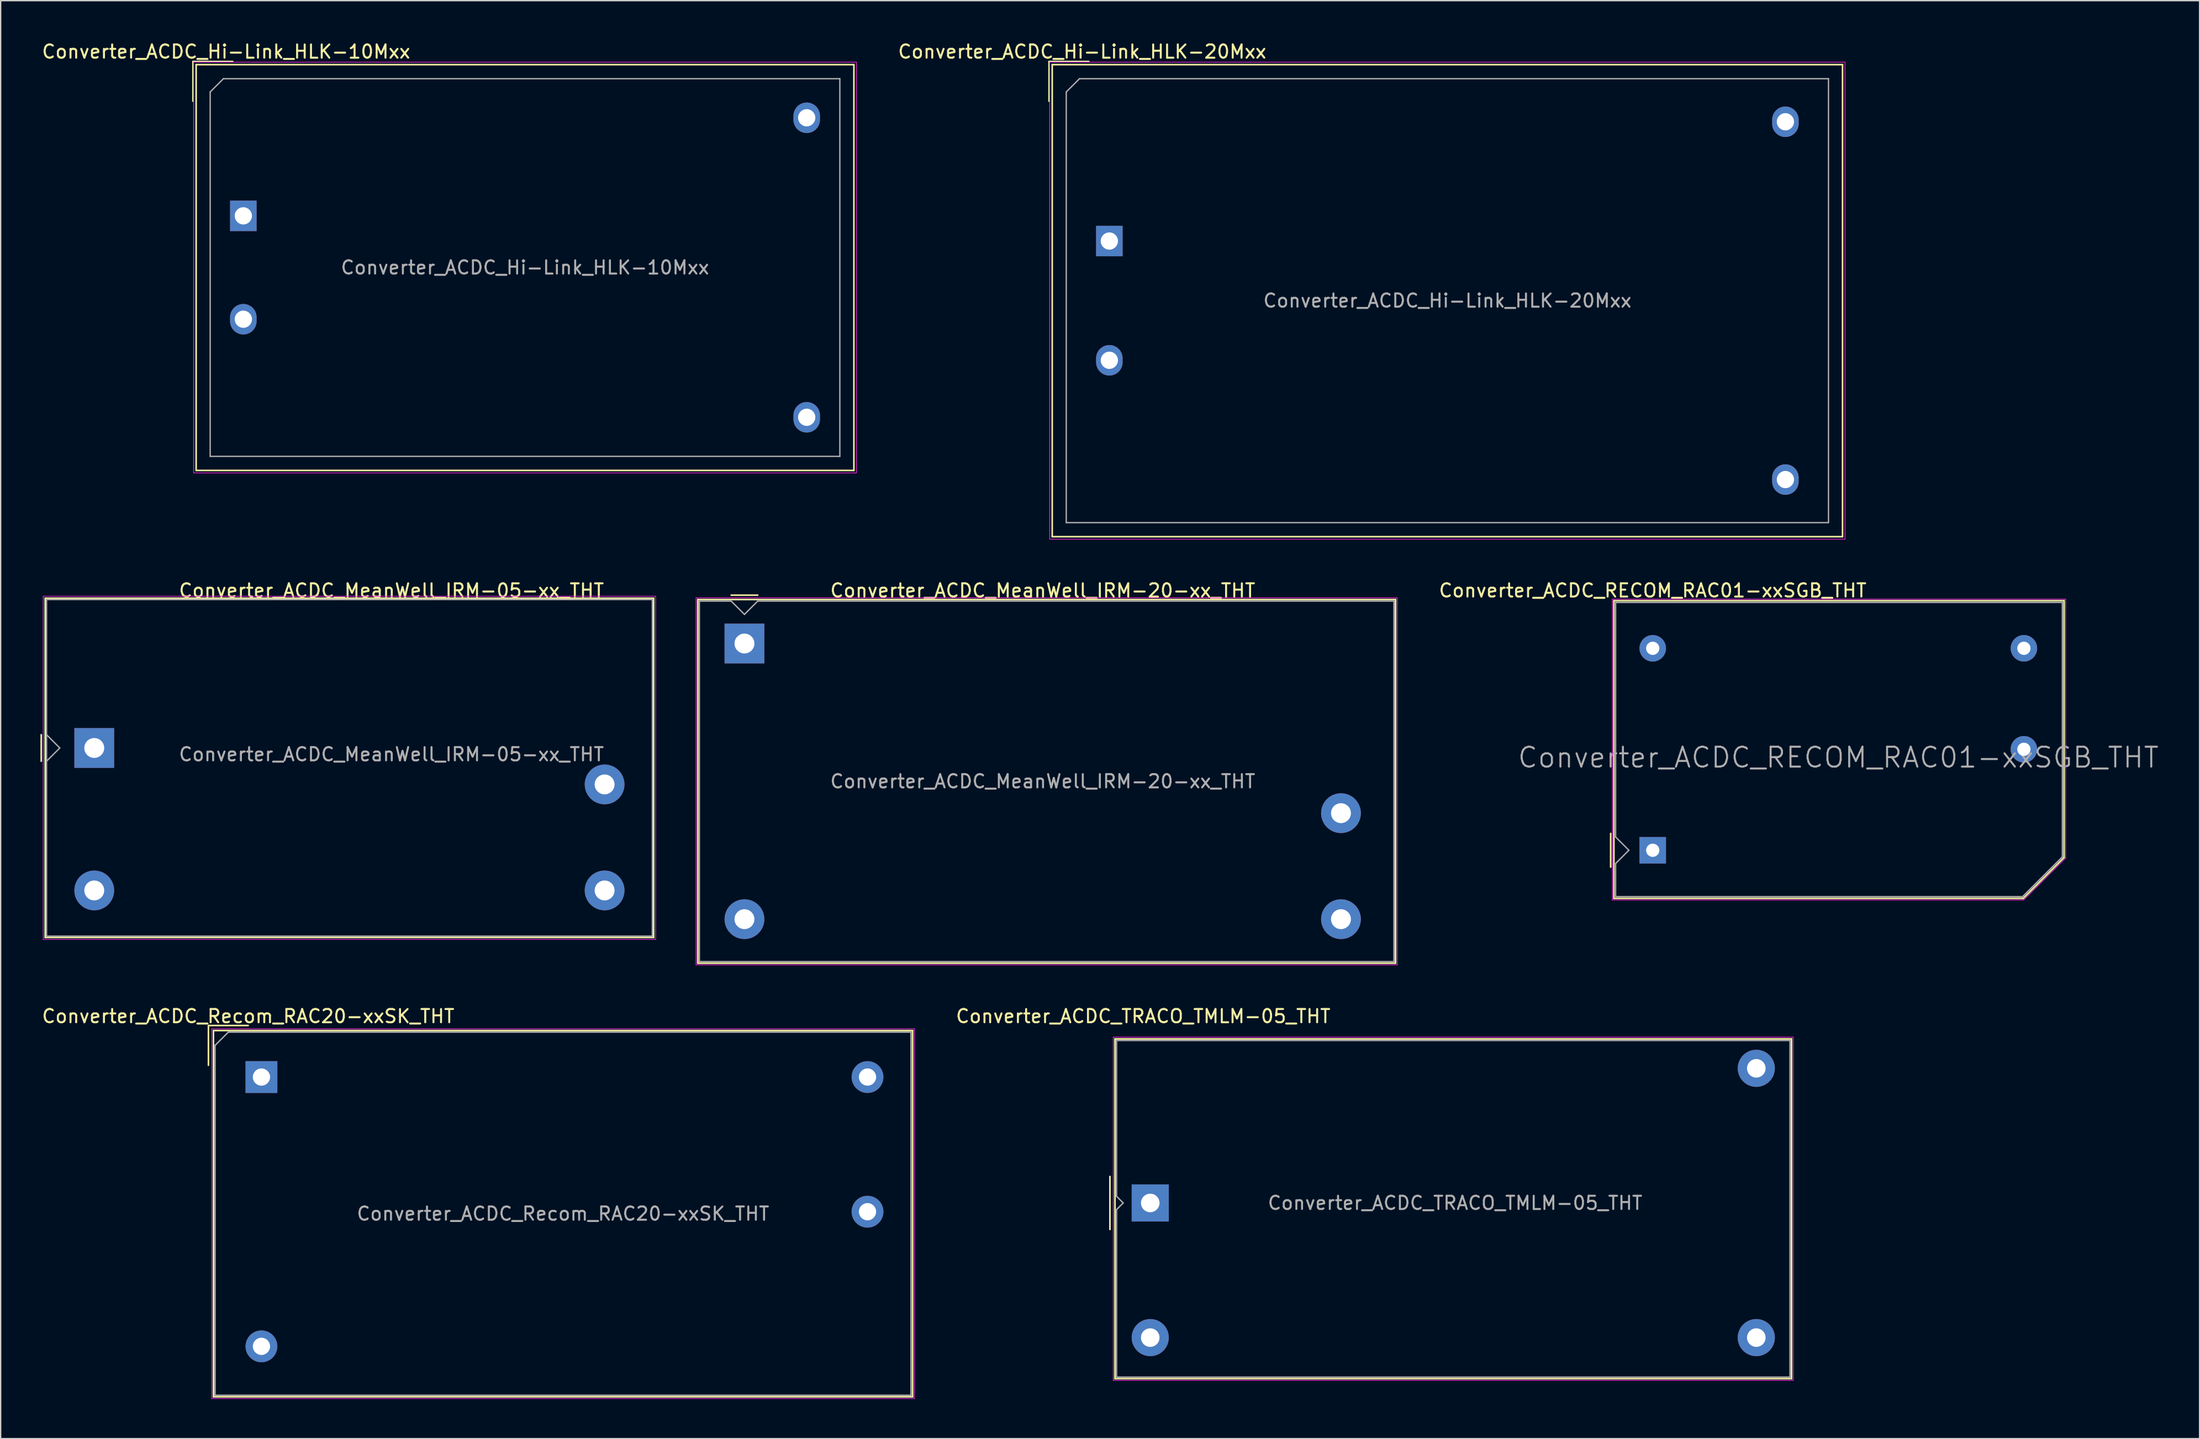
<source format=kicad_pcb>
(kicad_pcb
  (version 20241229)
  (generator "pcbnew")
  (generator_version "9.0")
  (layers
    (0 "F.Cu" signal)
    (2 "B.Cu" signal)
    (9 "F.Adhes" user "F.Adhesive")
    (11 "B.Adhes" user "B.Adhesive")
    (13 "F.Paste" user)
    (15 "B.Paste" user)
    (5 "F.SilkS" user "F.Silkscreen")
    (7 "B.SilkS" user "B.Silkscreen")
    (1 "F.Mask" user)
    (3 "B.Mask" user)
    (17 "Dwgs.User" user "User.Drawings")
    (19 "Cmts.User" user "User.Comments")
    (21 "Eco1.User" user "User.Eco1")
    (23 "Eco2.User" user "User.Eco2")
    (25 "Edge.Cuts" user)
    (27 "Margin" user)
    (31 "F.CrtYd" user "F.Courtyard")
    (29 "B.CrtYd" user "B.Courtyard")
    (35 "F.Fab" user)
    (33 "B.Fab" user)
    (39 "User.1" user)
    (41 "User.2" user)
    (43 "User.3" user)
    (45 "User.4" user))
  (footprint "Converter_ACDC_Recom_RAC20-xxSK_THT"
    (layer "F.Cu")
    (at 16.673 78.225)
    (property "Reference" "Converter_ACDC_Recom_RAC20-xxSK_THT" (at -1 -4.59 0) (layer "F.SilkS") (effects (font (size 1 1) (thickness 0.15))))
    (attr through_hole)
    (fp_line (start -4 -3.89) (end -1 -3.89) (stroke (width 0.12) (type solid)) (layer "F.SilkS"))
    (fp_line (start -4 -0.89) (end -4 -3.89) (stroke (width 0.12) (type solid)) (layer "F.SilkS"))
    (fp_line (start -3.62 -3.51) (end -3.62 24.13) (stroke (width 0.12) (type solid)) (layer "F.SilkS"))
    (fp_line (start -3.62 -3.51) (end 49.12 -3.51) (stroke (width 0.12) (type solid)) (layer "F.SilkS"))
    (fp_line (start -3.62 24.13) (end 49.12 24.13) (stroke (width 0.12) (type solid)) (layer "F.SilkS"))
    (fp_line (start 49.12 -3.51) (end 49.12 24.13) (stroke (width 0.12) (type solid)) (layer "F.SilkS"))
    (fp_line (start -3.75 -3.64) (end -3.75 24.26) (stroke (width 0.05) (type solid)) (layer "F.CrtYd"))
    (fp_line (start -3.75 -3.64) (end 49.25 -3.64) (stroke (width 0.05) (type solid)) (layer "F.CrtYd"))
    (fp_line (start -3.75 24.26) (end 49.25 24.26) (stroke (width 0.05) (type solid)) (layer "F.CrtYd"))
    (fp_line (start 49.25 -3.64) (end 49.25 24.26) (stroke (width 0.05) (type solid)) (layer "F.CrtYd"))
    (fp_line (start -3.5 -2.39) (end -2.5 -3.39) (stroke (width 0.1) (type solid)) (layer "F.Fab"))
    (fp_line (start -3.5 24.01) (end -3.5 -2.39) (stroke (width 0.1) (type solid)) (layer "F.Fab"))
    (fp_line (start -2.5 -3.39) (end 49 -3.39) (stroke (width 0.1) (type solid)) (layer "F.Fab"))
    (fp_line (start 49 -3.39) (end 49 24.01) (stroke (width 0.1) (type solid)) (layer "F.Fab"))
    (fp_line (start 49 24.01) (end -3.5 24.01) (stroke (width 0.1) (type solid)) (layer "F.Fab"))
    (fp_text user "${REFERENCE}" (at 22.75 10.31 0) (layer "F.Fab") (effects (font (size 1 1) (thickness 0.15))))
    (pad "1" thru_hole rect (at 0 0) (size 2.4 2.4) (drill 1.3) (layers "*.Cu" "*.Mask"))
    (pad "2" thru_hole circle (at 0 20.32) (size 2.4 2.4) (drill 1.3) (layers "*.Cu" "*.Mask"))
    (pad "4" thru_hole circle (at 45.72 10.16) (size 2.4 2.4) (drill 1.3) (layers "*.Cu" "*.Mask"))
    (pad "5" thru_hole circle (at 45.72 0) (size 2.4 2.4) (drill 1.3) (layers "*.Cu" "*.Mask")))
  (footprint "Converter_ACDC_Hi-Link_HLK-10Mxx"
    (layer "F.Cu")
    (at 15.306 13.238)
    (property "Reference" "Converter_ACDC_Hi-Link_HLK-10Mxx" (at -1.3 -12.39 0) (layer "F.SilkS") (effects (font (size 1 1) (thickness 0.15))))
    (attr through_hole)
    (fp_line (start -3.8 -11.65) (end -0.8 -11.65) (stroke (width 0.12) (type solid)) (layer "F.SilkS"))
    (fp_line (start -3.8 -8.65) (end -3.8 -11.65) (stroke (width 0.12) (type solid)) (layer "F.SilkS"))
    (fp_line (start -3.56 -11.41) (end -3.56 19.21) (stroke (width 0.12) (type solid)) (layer "F.SilkS"))
    (fp_line (start -3.56 -11.41) (end 46.06 -11.41) (stroke (width 0.12) (type solid)) (layer "F.SilkS"))
    (fp_line (start -3.56 19.21) (end 46.06 19.21) (stroke (width 0.12) (type solid)) (layer "F.SilkS"))
    (fp_line (start 46.06 -11.41) (end 46.06 19.21) (stroke (width 0.12) (type solid)) (layer "F.SilkS"))
    (fp_line (start -3.75 -11.6) (end -3.75 19.4) (stroke (width 0.05) (type solid)) (layer "F.CrtYd"))
    (fp_line (start -3.75 -11.6) (end 46.25 -11.6) (stroke (width 0.05) (type solid)) (layer "F.CrtYd"))
    (fp_line (start -3.75 19.4) (end 46.25 19.4) (stroke (width 0.05) (type solid)) (layer "F.CrtYd"))
    (fp_line (start 46.25 -11.6) (end 46.25 19.4) (stroke (width 0.05) (type solid)) (layer "F.CrtYd"))
    (fp_line (start -2.5 -9.35) (end -1.5 -10.35) (stroke (width 0.1) (type solid)) (layer "F.Fab"))
    (fp_line (start -2.5 18.15) (end -2.5 -9.35) (stroke (width 0.1) (type solid)) (layer "F.Fab"))
    (fp_line (start -1.5 -10.35) (end 45 -10.35) (stroke (width 0.1) (type solid)) (layer "F.Fab"))
    (fp_line (start 45 -10.35) (end 45 18.15) (stroke (width 0.1) (type solid)) (layer "F.Fab"))
    (fp_line (start 45 18.15) (end -2.5 18.15) (stroke (width 0.1) (type solid)) (layer "F.Fab"))
    (fp_text user "${REFERENCE}" (at 21.25 3.9 0) (layer "F.Fab") (effects (font (size 1 1) (thickness 0.15))))
    (pad "1" thru_hole rect (at 0 0) (size 2 2.3) (drill 1.3) (layers "*.Cu" "*.Mask"))
    (pad "2" thru_hole oval (at 0 7.8) (size 2 2.3) (drill 1.3) (layers "*.Cu" "*.Mask"))
    (pad "3" thru_hole oval (at 42.5 -7.4) (size 2 2.3) (drill 1.3) (layers "*.Cu" "*.Mask"))
    (pad "4" thru_hole oval (at 42.5 15.2) (size 2 2.3) (drill 1.3) (layers "*.Cu" "*.Mask")))
  (footprint "Converter_ACDC_TRACO_TMLM-05_THT"
    (layer "F.Cu")
    (at 83.722 87.725)
    (property "Reference" "Converter_ACDC_TRACO_TMLM-05_THT" (at -0.53 -14.09 0) (layer "F.SilkS") (effects (font (size 1 1) (thickness 0.15))))
    (attr through_hole)
    (fp_line (start -3.04 -2) (end -3.04 2) (stroke (width 0.12) (type solid)) (layer "F.SilkS"))
    (fp_line (start -2.66 -12.38) (end 48.38 -12.38) (stroke (width 0.12) (type solid)) (layer "F.SilkS"))
    (fp_line (start -2.66 13.26) (end -2.66 -12.38) (stroke (width 0.12) (type solid)) (layer "F.SilkS"))
    (fp_line (start 48.38 -12.38) (end 48.38 13.26) (stroke (width 0.12) (type solid)) (layer "F.SilkS"))
    (fp_line (start 48.38 13.26) (end -2.66 13.26) (stroke (width 0.12) (type solid)) (layer "F.SilkS"))
    (fp_line (start -2.79 -12.51) (end -2.79 13.39) (stroke (width 0.05) (type solid)) (layer "F.CrtYd"))
    (fp_line (start -2.79 -12.51) (end 48.51 -12.51) (stroke (width 0.05) (type solid)) (layer "F.CrtYd"))
    (fp_line (start -2.79 13.39) (end 48.51 13.39) (stroke (width 0.05) (type solid)) (layer "F.CrtYd"))
    (fp_line (start 48.51 -12.51) (end 48.51 13.39) (stroke (width 0.05) (type solid)) (layer "F.CrtYd"))
    (fp_line (start -2.54 -12.26) (end 48.26 -12.26) (stroke (width 0.1) (type solid)) (layer "F.Fab"))
    (fp_line (start -2.54 -0.5) (end -2.54 -12.26) (stroke (width 0.1) (type solid)) (layer "F.Fab"))
    (fp_line (start -2.54 0.5) (end -2.04 0) (stroke (width 0.1) (type solid)) (layer "F.Fab"))
    (fp_line (start -2.54 13.14) (end -2.54 0.5) (stroke (width 0.1) (type solid)) (layer "F.Fab"))
    (fp_line (start -2.04 0) (end -2.54 -0.5) (stroke (width 0.1) (type solid)) (layer "F.Fab"))
    (fp_line (start 48.26 -12.26) (end 48.26 13.14) (stroke (width 0.1) (type solid)) (layer "F.Fab"))
    (fp_line (start 48.26 13.14) (end -2.54 13.14) (stroke (width 0.1) (type solid)) (layer "F.Fab"))
    (fp_text user "${REFERENCE}" (at 23 0 0) (layer "F.Fab") (effects (font (size 1 1) (thickness 0.15))))
    (pad "1" thru_hole rect (at 0 0) (size 2.8 2.8) (drill 1.4) (layers "*.Cu" "*.Mask"))
    (pad "2" thru_hole circle (at 0 10.16) (size 2.8 2.8) (drill 1.4) (layers "*.Cu" "*.Mask"))
    (pad "3" thru_hole circle (at 45.72 10.16) (size 2.8 2.8) (drill 1.4) (layers "*.Cu" "*.Mask"))
    (pad "4" thru_hole circle (at 45.72 -10.16) (size 2.8 2.8) (drill 1.4) (layers "*.Cu" "*.Mask")))
  (footprint "Converter_ACDC_Hi-Link_HLK-20Mxx"
    (layer "F.Cu")
    (at 80.637 15.138)
    (property "Reference" "Converter_ACDC_Hi-Link_HLK-20Mxx" (at -2.05 -14.29 0) (layer "F.SilkS") (effects (font (size 1 1) (thickness 0.15))))
    (attr through_hole)
    (fp_line (start -4.55 -13.55) (end -1.55 -13.55) (stroke (width 0.12) (type solid)) (layer "F.SilkS"))
    (fp_line (start -4.55 -10.55) (end -4.55 -13.55) (stroke (width 0.12) (type solid)) (layer "F.SilkS"))
    (fp_line (start -4.31 -13.31) (end -4.31 22.31) (stroke (width 0.12) (type solid)) (layer "F.SilkS"))
    (fp_line (start -4.31 -13.31) (end 55.31 -13.31) (stroke (width 0.12) (type solid)) (layer "F.SilkS"))
    (fp_line (start -4.31 22.31) (end 55.31 22.31) (stroke (width 0.12) (type solid)) (layer "F.SilkS"))
    (fp_line (start 55.31 -13.31) (end 55.31 22.31) (stroke (width 0.12) (type solid)) (layer "F.SilkS"))
    (fp_line (start -4.5 -13.5) (end -4.5 22.5) (stroke (width 0.05) (type solid)) (layer "F.CrtYd"))
    (fp_line (start -4.5 -13.5) (end 55.5 -13.5) (stroke (width 0.05) (type solid)) (layer "F.CrtYd"))
    (fp_line (start -4.5 22.5) (end 55.5 22.5) (stroke (width 0.05) (type solid)) (layer "F.CrtYd"))
    (fp_line (start 55.5 -13.5) (end 55.5 22.5) (stroke (width 0.05) (type solid)) (layer "F.CrtYd"))
    (fp_line (start -3.25 -11.25) (end -2.25 -12.25) (stroke (width 0.1) (type solid)) (layer "F.Fab"))
    (fp_line (start -3.25 21.25) (end -3.25 -11.25) (stroke (width 0.1) (type solid)) (layer "F.Fab"))
    (fp_line (start -2.25 -12.25) (end 54.25 -12.25) (stroke (width 0.1) (type solid)) (layer "F.Fab"))
    (fp_line (start 54.25 -12.25) (end 54.25 21.25) (stroke (width 0.1) (type solid)) (layer "F.Fab"))
    (fp_line (start 54.25 21.25) (end -3.25 21.25) (stroke (width 0.1) (type solid)) (layer "F.Fab"))
    (fp_text user "${REFERENCE}" (at 25.5 4.5 0) (layer "F.Fab") (effects (font (size 1 1) (thickness 0.15))))
    (pad "1" thru_hole rect (at 0 0) (size 2 2.3) (drill 1.3) (layers "*.Cu" "*.Mask"))
    (pad "2" thru_hole oval (at 0 9) (size 2 2.3) (drill 1.3) (layers "*.Cu" "*.Mask"))
    (pad "3" thru_hole oval (at 51 -9) (size 2 2.3) (drill 1.3) (layers "*.Cu" "*.Mask"))
    (pad "4" thru_hole oval (at 51 18) (size 2 2.3) (drill 1.3) (layers "*.Cu" "*.Mask")))
  (footprint "Converter_ACDC_MeanWell_IRM-05-xx_THT"
    (layer "F.Cu")
    (at 4.06 53.392)
    (property "Reference" "Converter_ACDC_MeanWell_IRM-05-xx_THT" (at 22.42 -11.88 0) (layer "F.SilkS") (effects (font (size 1 1) (thickness 0.15))))
    (attr through_hole)
    (fp_line (start -4 -1) (end -4 1) (stroke (width 0.12) (type solid)) (layer "F.SilkS"))
    (fp_line (start -3.7 -11.3) (end -3.7 14.3) (stroke (width 0.12) (type solid)) (layer "F.SilkS"))
    (fp_line (start -3.7 -11.3) (end 42.2 -11.3) (stroke (width 0.12) (type solid)) (layer "F.SilkS"))
    (fp_line (start -3.7 14.3) (end 42.2 14.3) (stroke (width 0.12) (type solid)) (layer "F.SilkS"))
    (fp_line (start 42.2 -11.3) (end 42.2 14.3) (stroke (width 0.12) (type solid)) (layer "F.SilkS"))
    (fp_line (start -3.85 -11.45) (end -3.85 14.45) (stroke (width 0.05) (type solid)) (layer "F.CrtYd"))
    (fp_line (start -3.85 -11.45) (end 42.35 -11.45) (stroke (width 0.05) (type solid)) (layer "F.CrtYd"))
    (fp_line (start -3.85 14.45) (end 42.35 14.45) (stroke (width 0.05) (type solid)) (layer "F.CrtYd"))
    (fp_line (start 42.35 -11.45) (end 42.35 14.45) (stroke (width 0.05) (type solid)) (layer "F.CrtYd"))
    (fp_line (start -3.6 -11.2) (end -3.6 14.2) (stroke (width 0.1) (type solid)) (layer "F.Fab"))
    (fp_line (start -3.6 14.2) (end 42.1 14.2) (stroke (width 0.1) (type solid)) (layer "F.Fab"))
    (fp_line (start -2.6 0) (end -3.6 -1) (stroke (width 0.1) (type solid)) (layer "F.Fab"))
    (fp_line (start -2.6 0) (end -3.6 1) (stroke (width 0.1) (type solid)) (layer "F.Fab"))
    (fp_line (start 42.1 -11.2) (end -3.6 -11.2) (stroke (width 0.1) (type solid)) (layer "F.Fab"))
    (fp_line (start 42.1 -11.2) (end 42.1 14.2) (stroke (width 0.1) (type solid)) (layer "F.Fab"))
    (fp_text user "${REFERENCE}" (at 22.42 0.48 0) (layer "F.Fab") (effects (font (size 1 1) (thickness 0.15))))
    (pad "1" thru_hole rect (at 0 0) (size 3 3) (drill 1.5) (layers "*.Cu" "*.Mask"))
    (pad "2" thru_hole circle (at 0 10.75) (size 3 3) (drill 1.5) (layers "*.Cu" "*.Mask"))
    (pad "3" thru_hole circle (at 38.5 10.75) (size 3 3) (drill 1.5) (layers "*.Cu" "*.Mask"))
    (pad "4" thru_hole circle (at 38.5 2.75) (size 3 3) (drill 1.5) (layers "*.Cu" "*.Mask")))
  (footprint "Converter_ACDC_MeanWell_IRM-20-xx_THT"
    (layer "F.Cu")
    (at 53.11 45.511)
    (property "Reference" "Converter_ACDC_MeanWell_IRM-20-xx_THT" (at 22.5 -4 0) (layer "F.SilkS") (effects (font (size 1 1) (thickness 0.15))))
    (attr through_hole)
    (fp_line (start -3.52 -3.32) (end -3.52 24.12) (stroke (width 0.12) (type solid)) (layer "F.SilkS"))
    (fp_line (start -3.52 -3.32) (end 49.12 -3.32) (stroke (width 0.12) (type solid)) (layer "F.SilkS"))
    (fp_line (start -3.52 24.12) (end 49.12 24.12) (stroke (width 0.12) (type solid)) (layer "F.SilkS"))
    (fp_line (start 1 -3.65) (end -1 -3.65) (stroke (width 0.12) (type solid)) (layer "F.SilkS"))
    (fp_line (start 49.12 -3.32) (end 49.12 24.12) (stroke (width 0.12) (type solid)) (layer "F.SilkS"))
    (fp_line (start -3.65 -3.45) (end -3.65 24.25) (stroke (width 0.05) (type solid)) (layer "F.CrtYd"))
    (fp_line (start -3.65 -3.45) (end 49.25 -3.45) (stroke (width 0.05) (type solid)) (layer "F.CrtYd"))
    (fp_line (start -3.65 24.25) (end 49.25 24.25) (stroke (width 0.05) (type solid)) (layer "F.CrtYd"))
    (fp_line (start 49.25 -3.45) (end 49.25 24.25) (stroke (width 0.05) (type solid)) (layer "F.CrtYd"))
    (fp_line (start -3.4 -3.2) (end -3.4 24) (stroke (width 0.1) (type solid)) (layer "F.Fab"))
    (fp_line (start -3.4 24) (end 49 24) (stroke (width 0.1) (type solid)) (layer "F.Fab"))
    (fp_line (start -1 -3.2) (end -3.4 -3.2) (stroke (width 0.1) (type solid)) (layer "F.Fab"))
    (fp_line (start 0 -2.2) (end -1 -3.2) (stroke (width 0.1) (type solid)) (layer "F.Fab"))
    (fp_line (start 1 -3.2) (end 0 -2.2) (stroke (width 0.1) (type solid)) (layer "F.Fab"))
    (fp_line (start 49 -3.2) (end 1 -3.2) (stroke (width 0.1) (type solid)) (layer "F.Fab"))
    (fp_line (start 49 -3.2) (end 49 24) (stroke (width 0.1) (type solid)) (layer "F.Fab"))
    (fp_text user "${REFERENCE}" (at 22.5 10.4 0) (layer "F.Fab") (effects (font (size 1 1) (thickness 0.15))))
    (pad "1" thru_hole rect (at 0 0) (size 3 3) (drill 1.5) (layers "*.Cu" "*.Mask"))
    (pad "2" thru_hole circle (at 0 20.8) (size 3 3) (drill 1.5) (layers "*.Cu" "*.Mask"))
    (pad "3" thru_hole circle (at 45 20.8) (size 3 3) (drill 1.5) (layers "*.Cu" "*.Mask"))
    (pad "4" thru_hole circle (at 45 12.8) (size 3 3) (drill 1.5) (layers "*.Cu" "*.Mask")))
  (footprint "Converter_ACDC_RECOM_RAC01-xxSGB_THT"
    (layer "F.Cu")
    (at 121.629 61.111)
    (property "Reference" "Converter_ACDC_RECOM_RAC01-xxSGB_THT" (at 0 -19.6 180) (layer "F.SilkS") (effects (font (size 1 1) (thickness 0.15))))
    (attr through_hole)
    (fp_line (start -3.175 -1.27) (end -3.175 1.27) (stroke (width 0.12) (type solid)) (layer "F.SilkS"))
    (fp_line (start -2.93 -18.83) (end 31.03 -18.83) (stroke (width 0.12) (type solid)) (layer "F.SilkS"))
    (fp_line (start -2.93 3.63) (end -2.93 -18.83) (stroke (width 0.12) (type solid)) (layer "F.SilkS"))
    (fp_line (start 27.95 3.63) (end -2.93 3.63) (stroke (width 0.12) (type solid)) (layer "F.SilkS"))
    (fp_line (start 27.95 3.63) (end 31.03 0.55) (stroke (width 0.12) (type solid)) (layer "F.SilkS"))
    (fp_line (start 31.03 0.55) (end 31.03 -18.83) (stroke (width 0.12) (type solid)) (layer "F.SilkS"))
    (fp_line (start -3.05 -18.95) (end 31.15 -18.95) (stroke (width 0.05) (type solid)) (layer "F.CrtYd"))
    (fp_line (start -3.05 3.75) (end -3.05 -18.95) (stroke (width 0.05) (type solid)) (layer "F.CrtYd"))
    (fp_line (start 27.99 3.75) (end -3.05 3.75) (stroke (width 0.05) (type solid)) (layer "F.CrtYd"))
    (fp_line (start 31.15 -18.95) (end 31.15 0.59) (stroke (width 0.05) (type solid)) (layer "F.CrtYd"))
    (fp_line (start 31.15 0.59) (end 27.99 3.75) (stroke (width 0.05) (type solid)) (layer "F.CrtYd"))
    (fp_line (start -2.8 -18.7) (end 30.9 -18.7) (stroke (width 0.1) (type solid)) (layer "F.Fab"))
    (fp_line (start -2.8 -1) (end -2.8 -18.7) (stroke (width 0.1) (type solid)) (layer "F.Fab"))
    (fp_line (start -2.8 -1) (end -1.8 0) (stroke (width 0.1) (type solid)) (layer "F.Fab"))
    (fp_line (start -2.8 1) (end -2.8 3.5) (stroke (width 0.1) (type solid)) (layer "F.Fab"))
    (fp_line (start -1.8 0) (end -2.8 1) (stroke (width 0.1) (type solid)) (layer "F.Fab"))
    (fp_line (start 27.9 3.5) (end -2.8 3.5) (stroke (width 0.1) (type solid)) (layer "F.Fab"))
    (fp_line (start 27.9 3.5) (end 30.9 0.5) (stroke (width 0.1) (type solid)) (layer "F.Fab"))
    (fp_line (start 30.9 0.5) (end 30.9 -18.7) (stroke (width 0.1) (type solid)) (layer "F.Fab"))
    (fp_text user "${REFERENCE}" (at 14 -7 0) (layer "F.Fab") (effects (font (size 1.5 1.5) (thickness 0.15))))
    (pad "1" thru_hole rect (at 0 0 180) (size 2 2) (drill 1) (layers "*.Cu" "*.Mask"))
    (pad "2" thru_hole circle (at 0 -15.24 180) (size 2 2) (drill 1) (layers "*.Cu" "*.Mask"))
    (pad "3" thru_hole circle (at 28 -15.24 180) (size 2 2) (drill 1) (layers "*.Cu" "*.Mask"))
    (pad "4" thru_hole circle (at 28 -7.62 180) (size 2 2) (drill 1) (layers "*.Cu" "*.Mask")))
  (gr_rect
    (start -3 -3)
    (end 162.883 105.51)
    (stroke (width 0.1) (type default))
    (fill no)
    (layer "Edge.Cuts")))
</source>
